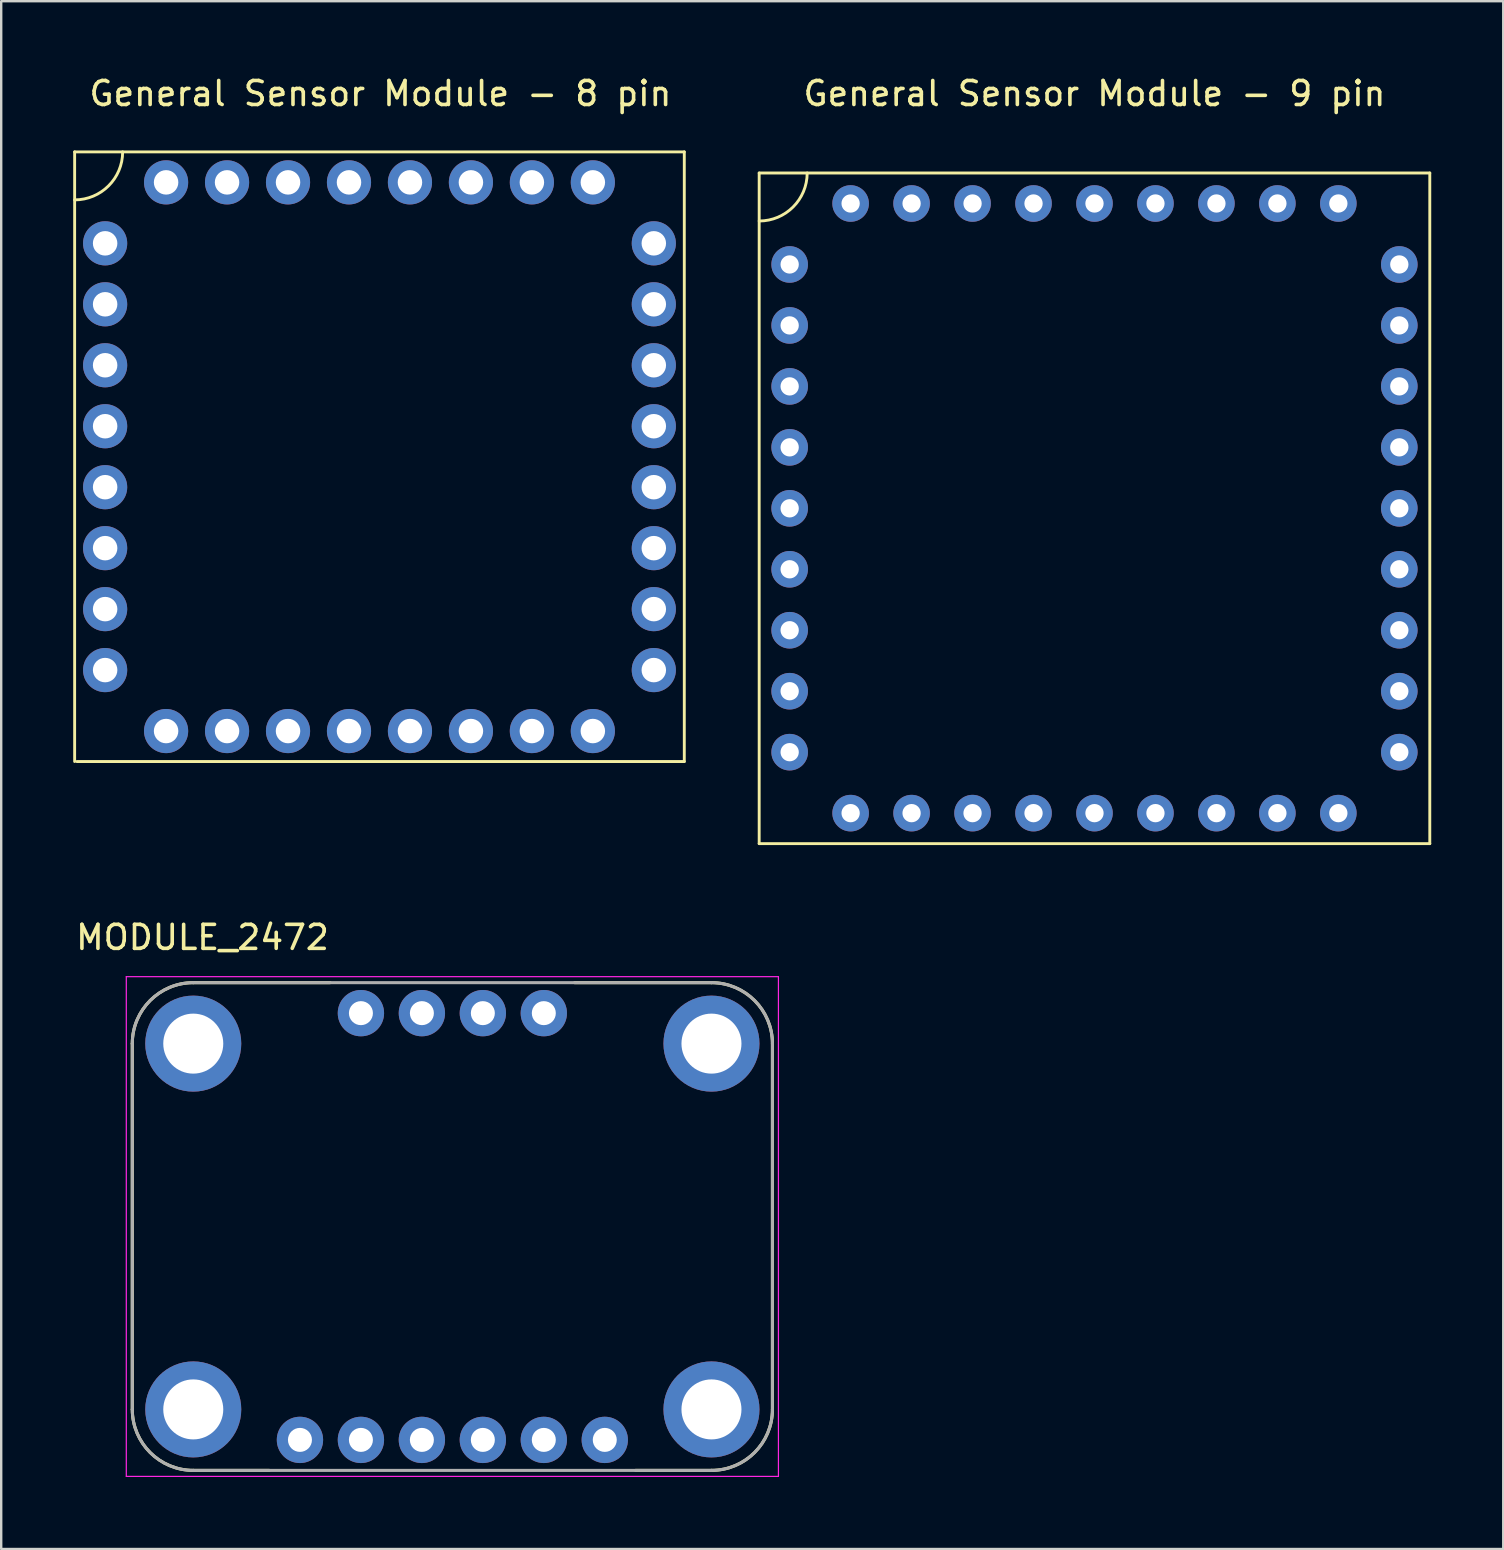
<source format=kicad_pcb>
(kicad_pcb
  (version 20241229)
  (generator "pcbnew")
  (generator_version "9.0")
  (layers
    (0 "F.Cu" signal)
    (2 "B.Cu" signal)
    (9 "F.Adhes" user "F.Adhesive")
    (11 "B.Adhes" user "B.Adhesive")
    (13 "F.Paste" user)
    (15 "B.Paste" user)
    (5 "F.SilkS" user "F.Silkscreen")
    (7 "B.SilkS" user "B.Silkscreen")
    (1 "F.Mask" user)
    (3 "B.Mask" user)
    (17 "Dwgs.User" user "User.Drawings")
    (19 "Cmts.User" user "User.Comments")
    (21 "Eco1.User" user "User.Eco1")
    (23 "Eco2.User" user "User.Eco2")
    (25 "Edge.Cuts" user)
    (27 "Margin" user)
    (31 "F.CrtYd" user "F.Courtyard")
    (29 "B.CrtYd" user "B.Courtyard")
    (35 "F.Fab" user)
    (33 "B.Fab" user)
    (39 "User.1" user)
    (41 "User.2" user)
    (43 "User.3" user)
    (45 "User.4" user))
  (footprint "MODULE_2472"
    (layer "F.Cu")
    (at 15.797 48.051)
    (property "Reference" "MODULE_2472" (at -10.41 -12.045 0) (layer "F.SilkS") (effects (font (size 1 1) (thickness 0.15))))
    (attr through_hole)
    (fp_line (start -13.335 7.62) (end -13.335 -7.62) (stroke (width 0.127) (type solid)) (layer "F.SilkS"))
    (fp_line (start -10.795 -10.16) (end -5.095 -10.16) (stroke (width 0.127) (type solid)) (layer "F.SilkS"))
    (fp_line (start -7.635 10.16) (end -10.795 10.16) (stroke (width 0.127) (type solid)) (layer "F.SilkS"))
    (fp_line (start 5.095 -10.16) (end 10.795 -10.16) (stroke (width 0.127) (type solid)) (layer "F.SilkS"))
    (fp_line (start 10.795 10.16) (end 7.635 10.16) (stroke (width 0.127) (type solid)) (layer "F.SilkS"))
    (fp_line (start 13.335 -7.62) (end 13.335 7.62) (stroke (width 0.127) (type solid)) (layer "F.SilkS"))
    (fp_arc (start -13.335 -7.62) (mid -12.591051 -9.416051) (end -10.795 -10.16) (stroke (width 0.127) (type solid)) (layer "F.SilkS"))
    (fp_arc (start -10.795 10.16) (mid -12.591051 9.416051) (end -13.335 7.62) (stroke (width 0.127) (type solid)) (layer "F.SilkS"))
    (fp_arc (start 10.795 -10.16) (mid 12.591051 -9.416051) (end 13.335 -7.62) (stroke (width 0.127) (type solid)) (layer "F.SilkS"))
    (fp_arc (start 13.335 7.62) (mid 12.591051 9.416051) (end 10.795 10.16) (stroke (width 0.127) (type solid)) (layer "F.SilkS"))
    (fp_line (start -13.585 -10.41) (end -13.585 10.41) (stroke (width 0.05) (type solid)) (layer "F.CrtYd"))
    (fp_line (start -13.585 10.41) (end 13.585 10.41) (stroke (width 0.05) (type solid)) (layer "F.CrtYd"))
    (fp_line (start 13.585 -10.41) (end -13.585 -10.41) (stroke (width 0.05) (type solid)) (layer "F.CrtYd"))
    (fp_line (start 13.585 10.41) (end 13.585 -10.41) (stroke (width 0.05) (type solid)) (layer "F.CrtYd"))
    (fp_line (start -13.335 7.62) (end -13.335 -7.62) (stroke (width 0.127) (type solid)) (layer "F.Fab"))
    (fp_line (start -10.795 -10.16) (end 10.795 -10.16) (stroke (width 0.127) (type solid)) (layer "F.Fab"))
    (fp_line (start 10.795 10.16) (end -10.795 10.16) (stroke (width 0.127) (type solid)) (layer "F.Fab"))
    (fp_line (start 13.335 -7.62) (end 13.335 7.62) (stroke (width 0.127) (type solid)) (layer "F.Fab"))
    (fp_arc (start -13.335 -7.62) (mid -12.591051 -9.416051) (end -10.795 -10.16) (stroke (width 0.127) (type solid)) (layer "F.Fab"))
    (fp_arc (start -10.795 10.16) (mid -12.591051 9.416051) (end -13.335 7.62) (stroke (width 0.127) (type solid)) (layer "F.Fab"))
    (fp_arc (start 10.795 -10.16) (mid 12.591051 -9.416051) (end 13.335 -7.62) (stroke (width 0.127) (type solid)) (layer "F.Fab"))
    (fp_arc (start 13.335 7.62) (mid 12.591051 9.416051) (end 10.795 10.16) (stroke (width 0.127) (type solid)) (layer "F.Fab"))
    (pad "1" thru_hole circle (at -6.35 8.89) (size 1.93 1.93) (drill 1) (layers "*.Cu" "*.Mask"))
    (pad "2" thru_hole circle (at -3.81 8.89) (size 1.93 1.93) (drill 1) (layers "*.Cu" "*.Mask"))
    (pad "3" thru_hole circle (at -1.27 8.89) (size 1.93 1.93) (drill 1) (layers "*.Cu" "*.Mask"))
    (pad "4" thru_hole circle (at 1.27 8.89) (size 1.93 1.93) (drill 1) (layers "*.Cu" "*.Mask"))
    (pad "5" thru_hole circle (at 3.81 8.89) (size 1.93 1.93) (drill 1) (layers "*.Cu" "*.Mask"))
    (pad "6" thru_hole circle (at 6.35 8.89) (size 1.93 1.93) (drill 1) (layers "*.Cu" "*.Mask"))
    (pad "7" thru_hole circle (at 3.81 -8.89) (size 1.93 1.93) (drill 1) (layers "*.Cu" "*.Mask"))
    (pad "8" thru_hole circle (at 1.27 -8.89) (size 1.93 1.93) (drill 1) (layers "*.Cu" "*.Mask"))
    (pad "9" thru_hole circle (at -1.27 -8.89) (size 1.93 1.93) (drill 1) (layers "*.Cu" "*.Mask"))
    (pad "10" thru_hole circle (at -3.81 -8.89) (size 1.93 1.93) (drill 1) (layers "*.Cu" "*.Mask"))
    (pad "SH1" thru_hole circle (at -10.795 7.62) (size 4 4) (drill 2.5) (layers "*.Cu" "*.Mask"))
    (pad "SH2" thru_hole circle (at 10.795 7.62) (size 4 4) (drill 2.5) (layers "*.Cu" "*.Mask"))
    (pad "SH3" thru_hole circle (at 10.795 -7.62) (size 4 4) (drill 2.5) (layers "*.Cu" "*.Mask"))
    (pad "SH4" thru_hole circle (at -10.795 -7.62) (size 4 4) (drill 2.5) (layers "*.Cu" "*.Mask")))
  (footprint "General Sensor Module - 9 pin"
    (layer "F.Cu")
    (at 42.55 18.128)
    (property "Reference" "General Sensor Module - 9 pin" (at 0 -17.28 0) (layer "F.SilkS") (effects (font (size 1 1) (thickness 0.15))))
    (attr through_hole)
    (fp_line (start -13.97 -13.97) (end -13.97 13.97) (stroke (width 0.12) (type solid)) (layer "F.SilkS"))
    (fp_line (start -13.97 13.97) (end 13.97 13.97) (stroke (width 0.12) (type solid)) (layer "F.SilkS"))
    (fp_line (start 13.97 -13.97) (end -13.97 -13.97) (stroke (width 0.12) (type solid)) (layer "F.SilkS"))
    (fp_line (start 13.97 -13.97) (end 13.97 13.97) (stroke (width 0.12) (type solid)) (layer "F.SilkS"))
    (fp_arc (start -11.97 -13.97) (mid -12.555786 -12.555786) (end -13.97 -11.97) (stroke (width 0.12) (type solid)) (layer "F.SilkS"))
    (pad "1" thru_hole circle (at -10.16 12.7) (size 1.524 1.524) (drill 0.762) (layers "*.Cu" "*.Mask"))
    (pad "2" thru_hole circle (at -7.62 12.7) (size 1.524 1.524) (drill 0.762) (layers "*.Cu" "*.Mask"))
    (pad "3" thru_hole circle (at -5.08 12.7) (size 1.524 1.524) (drill 0.762) (layers "*.Cu" "*.Mask"))
    (pad "4" thru_hole circle (at -2.54 12.7) (size 1.524 1.524) (drill 0.762) (layers "*.Cu" "*.Mask"))
    (pad "5" thru_hole circle (at 0 12.7) (size 1.524 1.524) (drill 0.762) (layers "*.Cu" "*.Mask"))
    (pad "6" thru_hole circle (at 2.54 12.7) (size 1.524 1.524) (drill 0.762) (layers "*.Cu" "*.Mask"))
    (pad "7" thru_hole circle (at 5.08 12.7) (size 1.524 1.524) (drill 0.762) (layers "*.Cu" "*.Mask"))
    (pad "8" thru_hole circle (at 7.62 12.7) (size 1.524 1.524) (drill 0.762) (layers "*.Cu" "*.Mask"))
    (pad "9" thru_hole circle (at 10.16 12.7) (size 1.524 1.524) (drill 0.762) (layers "*.Cu" "*.Mask"))
    (pad "10" thru_hole circle (at 12.7 10.16) (size 1.524 1.524) (drill 0.762) (layers "*.Cu" "*.Mask"))
    (pad "11" thru_hole circle (at 12.7 7.62) (size 1.524 1.524) (drill 0.762) (layers "*.Cu" "*.Mask"))
    (pad "12" thru_hole circle (at 12.7 5.08) (size 1.524 1.524) (drill 0.762) (layers "*.Cu" "*.Mask"))
    (pad "13" thru_hole circle (at 12.7 2.54) (size 1.524 1.524) (drill 0.762) (layers "*.Cu" "*.Mask"))
    (pad "14" thru_hole circle (at 12.7 0) (size 1.524 1.524) (drill 0.762) (layers "*.Cu" "*.Mask"))
    (pad "15" thru_hole circle (at 12.7 -2.54) (size 1.524 1.524) (drill 0.762) (layers "*.Cu" "*.Mask"))
    (pad "16" thru_hole circle (at 12.7 -5.08) (size 1.524 1.524) (drill 0.762) (layers "*.Cu" "*.Mask"))
    (pad "17" thru_hole circle (at 12.7 -7.62) (size 1.524 1.524) (drill 0.762) (layers "*.Cu" "*.Mask"))
    (pad "18" thru_hole circle (at 12.7 -10.16) (size 1.524 1.524) (drill 0.762) (layers "*.Cu" "*.Mask"))
    (pad "19" thru_hole circle (at 10.16 -12.7) (size 1.524 1.524) (drill 0.762) (layers "*.Cu" "*.Mask"))
    (pad "20" thru_hole circle (at 7.62 -12.7) (size 1.524 1.524) (drill 0.762) (layers "*.Cu" "*.Mask"))
    (pad "21" thru_hole circle (at 5.08 -12.7) (size 1.524 1.524) (drill 0.762) (layers "*.Cu" "*.Mask"))
    (pad "22" thru_hole circle (at 2.54 -12.7) (size 1.524 1.524) (drill 0.762) (layers "*.Cu" "*.Mask"))
    (pad "23" thru_hole circle (at 0 -12.7) (size 1.524 1.524) (drill 0.762) (layers "*.Cu" "*.Mask"))
    (pad "24" thru_hole circle (at -2.54 -12.7) (size 1.524 1.524) (drill 0.762) (layers "*.Cu" "*.Mask"))
    (pad "25" thru_hole circle (at -5.08 -12.7) (size 1.524 1.524) (drill 0.762) (layers "*.Cu" "*.Mask"))
    (pad "26" thru_hole circle (at -7.62 -12.7) (size 1.524 1.524) (drill 0.762) (layers "*.Cu" "*.Mask"))
    (pad "27" thru_hole circle (at -10.16 -12.7) (size 1.524 1.524) (drill 0.762) (layers "*.Cu" "*.Mask"))
    (pad "28" thru_hole circle (at -12.7 -10.16) (size 1.524 1.524) (drill 0.762) (layers "*.Cu" "*.Mask"))
    (pad "29" thru_hole circle (at -12.7 -7.62) (size 1.524 1.524) (drill 0.762) (layers "*.Cu" "*.Mask"))
    (pad "30" thru_hole circle (at -12.7 -5.08) (size 1.524 1.524) (drill 0.762) (layers "*.Cu" "*.Mask"))
    (pad "31" thru_hole circle (at -12.7 -2.54) (size 1.524 1.524) (drill 0.762) (layers "*.Cu" "*.Mask"))
    (pad "32" thru_hole circle (at -12.7 0) (size 1.524 1.524) (drill 0.762) (layers "*.Cu" "*.Mask"))
    (pad "33" thru_hole circle (at -12.7 2.54) (size 1.524 1.524) (drill 0.762) (layers "*.Cu" "*.Mask"))
    (pad "34" thru_hole circle (at -12.7 5.08) (size 1.524 1.524) (drill 0.762) (layers "*.Cu" "*.Mask"))
    (pad "35" thru_hole circle (at -12.7 7.62) (size 1.524 1.524) (drill 0.762) (layers "*.Cu" "*.Mask"))
    (pad "36" thru_hole circle (at -12.7 10.16) (size 1.524 1.524) (drill 0.762) (layers "*.Cu" "*.Mask")))
  (footprint "General Sensor Module - 8 pin"
    (layer "F.Cu")
    (at 12.88 16.648)
    (property "Reference" "General Sensor Module - 8 pin" (at -0.08 -15.8 0) (layer "F.SilkS") (effects (font (size 1 1) (thickness 0.15))))
    (attr through_hole)
    (fp_line (start -12.82 -13.37) (end -12.82 12.03) (stroke (width 0.12) (type solid)) (layer "F.SilkS"))
    (fp_line (start -12.82 -13.37) (end 12.58 -13.37) (stroke (width 0.12) (type solid)) (layer "F.SilkS"))
    (fp_line (start -12.73 12.03) (end 12.58 12.03) (stroke (width 0.12) (type solid)) (layer "F.SilkS"))
    (fp_line (start 12.58 -13.37) (end 12.58 12.03) (stroke (width 0.12) (type solid)) (layer "F.SilkS"))
    (fp_arc (start -10.82 -13.37) (mid -11.405786 -11.955786) (end -12.82 -11.37) (stroke (width 0.12) (type solid)) (layer "F.SilkS"))
    (pad "1" thru_hole circle (at -9.01 10.76) (size 1.84 1.84) (drill 1.02) (layers "*.Cu" "*.Mask"))
    (pad "2" thru_hole circle (at -6.47 10.76) (size 1.84 1.84) (drill 1.02) (layers "*.Cu" "*.Mask"))
    (pad "3" thru_hole circle (at -3.93 10.76) (size 1.84 1.84) (drill 1.02) (layers "*.Cu" "*.Mask"))
    (pad "4" thru_hole circle (at -1.39 10.76) (size 1.84 1.84) (drill 1.02) (layers "*.Cu" "*.Mask"))
    (pad "5" thru_hole circle (at 1.15 10.76) (size 1.84 1.84) (drill 1.02) (layers "*.Cu" "*.Mask"))
    (pad "6" thru_hole circle (at 3.69 10.76) (size 1.84 1.84) (drill 1.02) (layers "*.Cu" "*.Mask"))
    (pad "7" thru_hole circle (at 6.23 10.76) (size 1.84 1.84) (drill 1.02) (layers "*.Cu" "*.Mask"))
    (pad "8" thru_hole circle (at 8.77 10.76) (size 1.84 1.84) (drill 1.02) (layers "*.Cu" "*.Mask"))
    (pad "9" thru_hole circle (at 11.31 8.22) (size 1.84 1.84) (drill 1.02) (layers "*.Cu" "*.Mask"))
    (pad "10" thru_hole circle (at 11.31 5.68) (size 1.84 1.84) (drill 1.02) (layers "*.Cu" "*.Mask"))
    (pad "11" thru_hole circle (at 11.31 3.14) (size 1.84 1.84) (drill 1.02) (layers "*.Cu" "*.Mask"))
    (pad "12" thru_hole circle (at 11.31 0.6) (size 1.84 1.84) (drill 1.02) (layers "*.Cu" "*.Mask"))
    (pad "13" thru_hole circle (at 11.31 -1.94) (size 1.84 1.84) (drill 1.02) (layers "*.Cu" "*.Mask"))
    (pad "14" thru_hole circle (at 11.31 -4.48) (size 1.84 1.84) (drill 1.02) (layers "*.Cu" "*.Mask"))
    (pad "15" thru_hole circle (at 11.31 -7.02) (size 1.84 1.84) (drill 1.02) (layers "*.Cu" "*.Mask"))
    (pad "16" thru_hole circle (at 11.31 -9.56) (size 1.84 1.84) (drill 1.02) (layers "*.Cu" "*.Mask"))
    (pad "17" thru_hole circle (at 8.77 -12.1) (size 1.84 1.84) (drill 1.02) (layers "*.Cu" "*.Mask"))
    (pad "18" thru_hole circle (at 6.23 -12.1) (size 1.84 1.84) (drill 1.02) (layers "*.Cu" "*.Mask"))
    (pad "19" thru_hole circle (at 3.69 -12.1) (size 1.84 1.84) (drill 1.02) (layers "*.Cu" "*.Mask"))
    (pad "20" thru_hole circle (at 1.15 -12.1) (size 1.84 1.84) (drill 1.02) (layers "*.Cu" "*.Mask"))
    (pad "21" thru_hole circle (at -1.39 -12.1) (size 1.84 1.84) (drill 1.02) (layers "*.Cu" "*.Mask"))
    (pad "22" thru_hole circle (at -3.93 -12.1) (size 1.84 1.84) (drill 1.02) (layers "*.Cu" "*.Mask"))
    (pad "23" thru_hole circle (at -6.47 -12.1) (size 1.84 1.84) (drill 1.02) (layers "*.Cu" "*.Mask"))
    (pad "24" thru_hole circle (at -9.01 -12.1) (size 1.84 1.84) (drill 1.02) (layers "*.Cu" "*.Mask"))
    (pad "25" thru_hole circle (at -11.55 -9.56) (size 1.84 1.84) (drill 1.02) (layers "*.Cu" "*.Mask"))
    (pad "26" thru_hole circle (at -11.55 -7.02) (size 1.84 1.84) (drill 1.02) (layers "*.Cu" "*.Mask"))
    (pad "27" thru_hole circle (at -11.55 -4.48) (size 1.84 1.84) (drill 1.02) (layers "*.Cu" "*.Mask"))
    (pad "28" thru_hole circle (at -11.55 -1.94) (size 1.84 1.84) (drill 1.02) (layers "*.Cu" "*.Mask"))
    (pad "29" thru_hole circle (at -11.55 0.6) (size 1.84 1.84) (drill 1.02) (layers "*.Cu" "*.Mask"))
    (pad "30" thru_hole circle (at -11.55 3.14) (size 1.84 1.84) (drill 1.02) (layers "*.Cu" "*.Mask"))
    (pad "31" thru_hole circle (at -11.55 5.68) (size 1.84 1.84) (drill 1.02) (layers "*.Cu" "*.Mask"))
    (pad "32" thru_hole circle (at -11.55 8.22) (size 1.84 1.84) (drill 1.02) (layers "*.Cu" "*.Mask")))
  (gr_rect
    (start -3 -3)
    (end 59.58 61.486)
    (stroke (width 0.1) (type default))
    (fill no)
    (layer "Edge.Cuts")))
</source>
